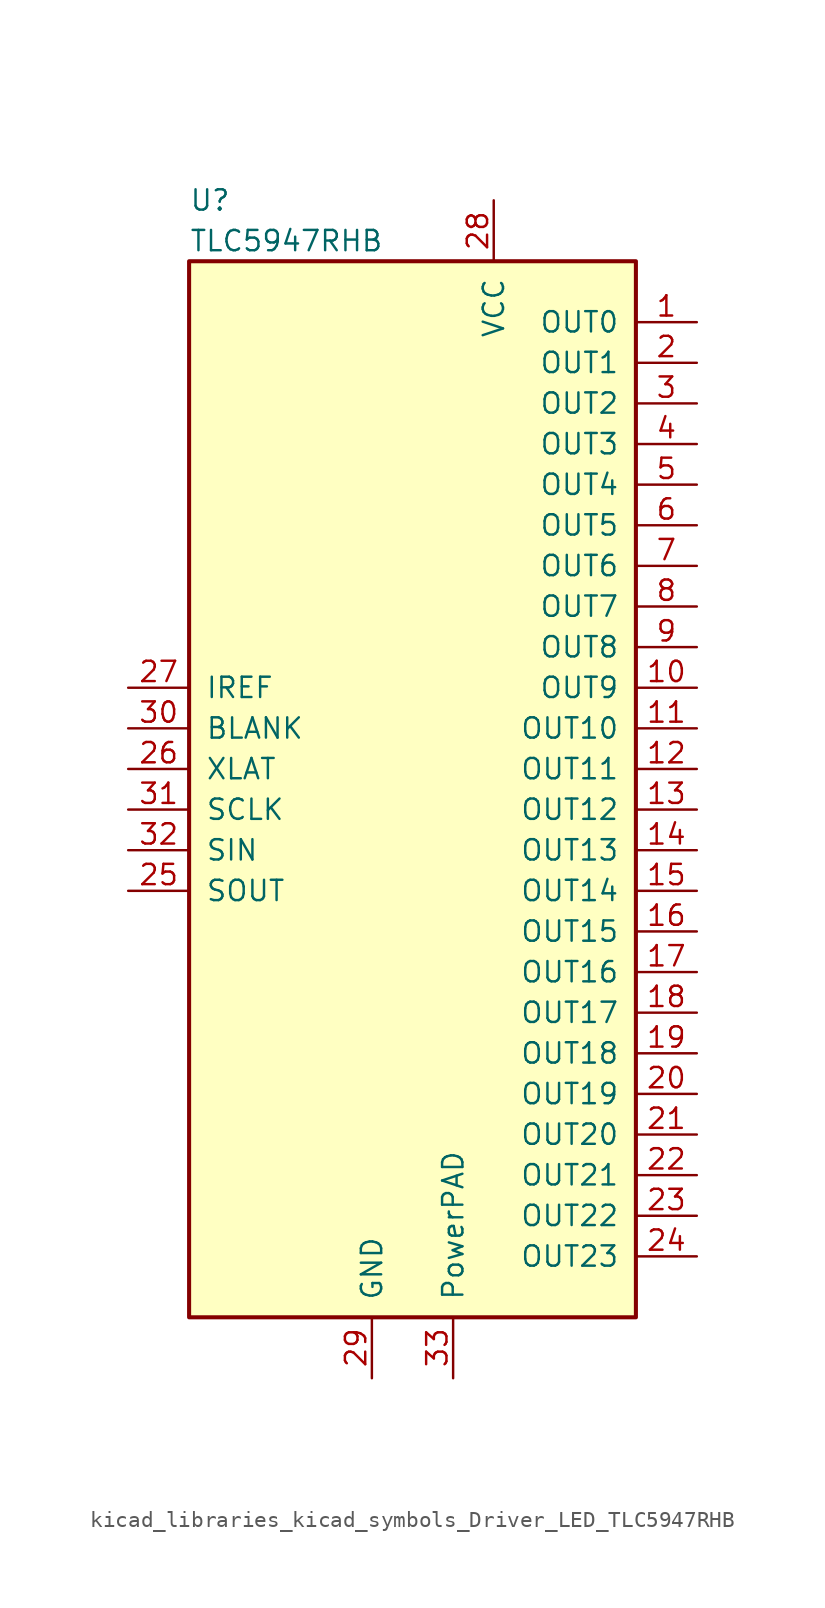
<source format=kicad_sym>
(kicad_symbol_lib
  (version 20220914)
  (generator kicad_symbol_editor)
  (symbol "kicad_libraries_kicad_symbols_Driver_LED_TLC5947RHB"
    (pin_names
      (offset 1.016))
    (property "Reference" "U"
      (at -13.97 38.1 0)
      (effects (font (size 1.27 1.27)) (justify left)))
    (property "Value" "TLC5947RHB"
      (at -13.97 35.56 0)
      (effects (font (size 1.27 1.27)) (justify left)))
    (symbol "kicad_libraries_kicad_symbols_Driver_LED_TLC5947RHB_0_1"
      (rectangle (start -13.97 34.29) (end 13.97 -31.75) (stroke (width 0.254) (type default)) (fill (type background)))
      (pin output line (at 17.78 30.48 180) (length 3.81) (name "OUT0" (effects (font (size 1.27 1.27)))) (number "1" (effects (font (size 1.27 1.27)))))
      (pin output line (at 17.78 7.62 180) (length 3.81) (name "OUT9" (effects (font (size 1.27 1.27)))) (number "10" (effects (font (size 1.27 1.27)))))
      (pin output line (at 17.78 5.08 180) (length 3.81) (name "OUT10" (effects (font (size 1.27 1.27)))) (number "11" (effects (font (size 1.27 1.27)))))
      (pin output line (at 17.78 2.54 180) (length 3.81) (name "OUT11" (effects (font (size 1.27 1.27)))) (number "12" (effects (font (size 1.27 1.27)))))
      (pin output line (at 17.78 0 180) (length 3.81) (name "OUT12" (effects (font (size 1.27 1.27)))) (number "13" (effects (font (size 1.27 1.27)))))
      (pin output line (at 17.78 -2.54 180) (length 3.81) (name "OUT13" (effects (font (size 1.27 1.27)))) (number "14" (effects (font (size 1.27 1.27)))))
      (pin output line (at 17.78 -5.08 180) (length 3.81) (name "OUT14" (effects (font (size 1.27 1.27)))) (number "15" (effects (font (size 1.27 1.27)))))
      (pin output line (at 17.78 -7.62 180) (length 3.81) (name "OUT15" (effects (font (size 1.27 1.27)))) (number "16" (effects (font (size 1.27 1.27)))))
      (pin output line (at 17.78 -10.16 180) (length 3.81) (name "OUT16" (effects (font (size 1.27 1.27)))) (number "17" (effects (font (size 1.27 1.27)))))
      (pin output line (at 17.78 -12.7 180) (length 3.81) (name "OUT17" (effects (font (size 1.27 1.27)))) (number "18" (effects (font (size 1.27 1.27)))))
      (pin output line (at 17.78 -15.24 180) (length 3.81) (name "OUT18" (effects (font (size 1.27 1.27)))) (number "19" (effects (font (size 1.27 1.27)))))
      (pin output line (at 17.78 27.94 180) (length 3.81) (name "OUT1" (effects (font (size 1.27 1.27)))) (number "2" (effects (font (size 1.27 1.27)))))
      (pin output line (at 17.78 -17.78 180) (length 3.81) (name "OUT19" (effects (font (size 1.27 1.27)))) (number "20" (effects (font (size 1.27 1.27)))))
      (pin output line (at 17.78 -20.32 180) (length 3.81) (name "OUT20" (effects (font (size 1.27 1.27)))) (number "21" (effects (font (size 1.27 1.27)))))
      (pin output line (at 17.78 -22.86 180) (length 3.81) (name "OUT21" (effects (font (size 1.27 1.27)))) (number "22" (effects (font (size 1.27 1.27)))))
      (pin output line (at 17.78 -25.4 180) (length 3.81) (name "OUT22" (effects (font (size 1.27 1.27)))) (number "23" (effects (font (size 1.27 1.27)))))
      (pin output line (at 17.78 -27.94 180) (length 3.81) (name "OUT23" (effects (font (size 1.27 1.27)))) (number "24" (effects (font (size 1.27 1.27)))))
      (pin output line (at -17.78 -5.08 0) (length 3.81) (name "SOUT" (effects (font (size 1.27 1.27)))) (number "25" (effects (font (size 1.27 1.27)))))
      (pin input line (at -17.78 2.54 0) (length 3.81) (name "XLAT" (effects (font (size 1.27 1.27)))) (number "26" (effects (font (size 1.27 1.27)))))
      (pin input line (at -17.78 7.62 0) (length 3.81) (name "IREF" (effects (font (size 1.27 1.27)))) (number "27" (effects (font (size 1.27 1.27)))))
      (pin power_in line (at 5.08 38.1 270) (length 3.81) (name "VCC" (effects (font (size 1.27 1.27)))) (number "28" (effects (font (size 1.27 1.27)))))
      (pin power_in line (at -2.54 -35.56 90) (length 3.81) (name "GND" (effects (font (size 1.27 1.27)))) (number "29" (effects (font (size 1.27 1.27)))))
      (pin output line (at 17.78 25.4 180) (length 3.81) (name "OUT2" (effects (font (size 1.27 1.27)))) (number "3" (effects (font (size 1.27 1.27)))))
      (pin input line (at -17.78 5.08 0) (length 3.81) (name "BLANK" (effects (font (size 1.27 1.27)))) (number "30" (effects (font (size 1.27 1.27)))))
      (pin input line (at -17.78 0 0) (length 3.81) (name "SCLK" (effects (font (size 1.27 1.27)))) (number "31" (effects (font (size 1.27 1.27)))))
      (pin input line (at -17.78 -2.54 0) (length 3.81) (name "SIN" (effects (font (size 1.27 1.27)))) (number "32" (effects (font (size 1.27 1.27)))))
      (pin power_in line (at 2.54 -35.56 90) (length 3.81) (name "PowerPAD" (effects (font (size 1.27 1.27)))) (number "33" (effects (font (size 1.27 1.27)))))
      (pin output line (at 17.78 22.86 180) (length 3.81) (name "OUT3" (effects (font (size 1.27 1.27)))) (number "4" (effects (font (size 1.27 1.27)))))
      (pin output line (at 17.78 20.32 180) (length 3.81) (name "OUT4" (effects (font (size 1.27 1.27)))) (number "5" (effects (font (size 1.27 1.27)))))
      (pin output line (at 17.78 17.78 180) (length 3.81) (name "OUT5" (effects (font (size 1.27 1.27)))) (number "6" (effects (font (size 1.27 1.27)))))
      (pin output line (at 17.78 15.24 180) (length 3.81) (name "OUT6" (effects (font (size 1.27 1.27)))) (number "7" (effects (font (size 1.27 1.27)))))
      (pin output line (at 17.78 12.7 180) (length 3.81) (name "OUT7" (effects (font (size 1.27 1.27)))) (number "8" (effects (font (size 1.27 1.27)))))
      (pin output line (at 17.78 10.16 180) (length 3.81) (name "OUT8" (effects (font (size 1.27 1.27)))) (number "9" (effects (font (size 1.27 1.27))))))))
</source>
